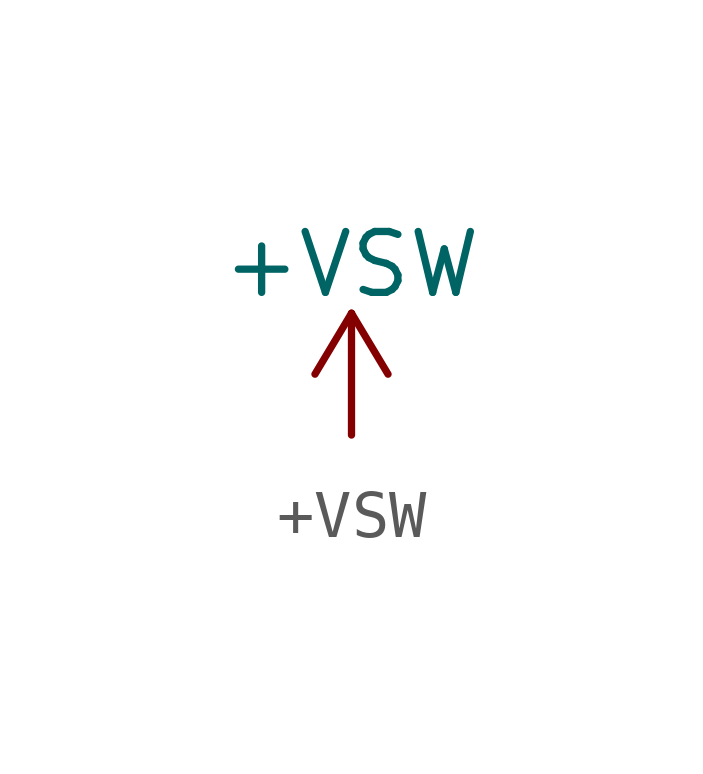
<source format=kicad_sym>
(kicad_symbol_lib
  (version 20220914)
  (generator kicad_symbol_editor)
  (symbol "+VSW"
    (power)
    (pin_names
      (offset 0))
    (property "Reference" "#PWR"
      (at 0 -3.81 0)
      (effects (font (size 1.27 1.27)) hide))
    (property "Value" "+VSW"
      (at 0 3.556 0)
      (effects (font (size 1.27 1.27))))
    (symbol "+VSW_0_1"
      (polyline (pts (xy -0.762 1.27) (xy 0 2.54)) (stroke (width 0) (type solid)) (fill (type none)))
      (polyline (pts (xy 0 0) (xy 0 2.54)) (stroke (width 0) (type solid)) (fill (type none)))
      (polyline (pts (xy 0 2.54) (xy 0.762 1.27)) (stroke (width 0) (type solid)) (fill (type none))))
    (symbol "+VSW_1_1"
      (pin power_in line (at 0 0 90) (length 0) hide (name "+VSW" (effects (font (size 1.27 1.27)))) (number "1" (effects (font (size 1.27 1.27))))))))
</source>
